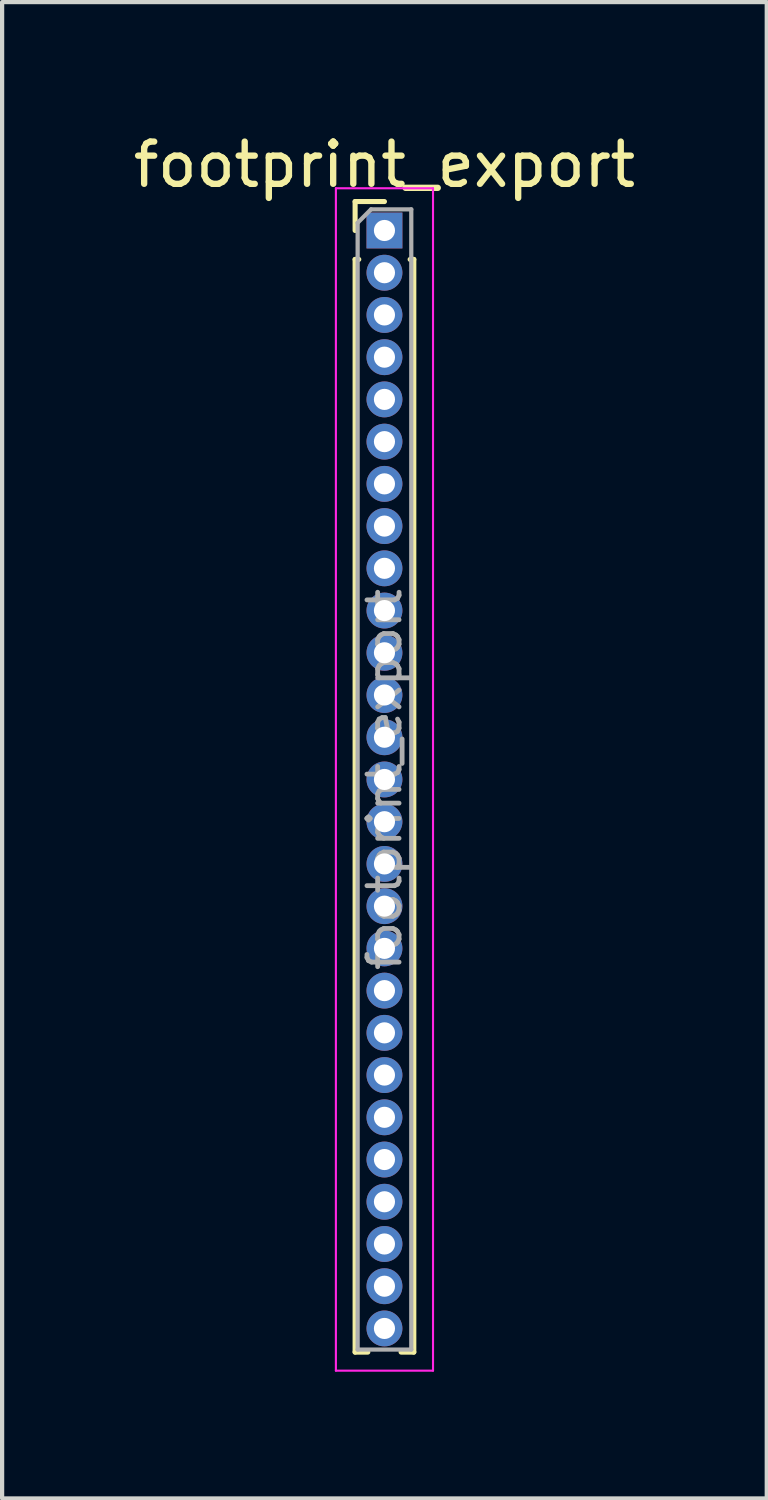
<source format=kicad_pcb>
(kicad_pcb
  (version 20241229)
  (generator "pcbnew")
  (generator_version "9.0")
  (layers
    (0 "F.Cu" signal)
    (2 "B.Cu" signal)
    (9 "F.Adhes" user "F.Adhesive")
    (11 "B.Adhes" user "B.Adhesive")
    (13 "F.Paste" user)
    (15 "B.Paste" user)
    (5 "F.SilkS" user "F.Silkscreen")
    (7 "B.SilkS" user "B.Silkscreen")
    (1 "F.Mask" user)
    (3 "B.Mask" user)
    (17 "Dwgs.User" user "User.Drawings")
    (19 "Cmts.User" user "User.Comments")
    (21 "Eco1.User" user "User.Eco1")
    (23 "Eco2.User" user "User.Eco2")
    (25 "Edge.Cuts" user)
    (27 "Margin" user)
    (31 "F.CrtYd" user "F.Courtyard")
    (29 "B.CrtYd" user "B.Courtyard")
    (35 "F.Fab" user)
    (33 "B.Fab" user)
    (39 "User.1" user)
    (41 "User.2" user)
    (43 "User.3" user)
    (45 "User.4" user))
  (footprint "footprint_export"
    (layer "F.Cu")
    (at 6.054 2.408)
    (property "Reference" "footprint_export" (at 0 -1.56 0) (layer "F.SilkS") (effects (font (size 1 1) (thickness 0.15))))
    (attr through_hole)
    (fp_line (start -0.695 -0.685) (end 0 -0.685) (stroke (width 0.12) (type solid)) (layer "F.SilkS"))
    (fp_line (start -0.695 0) (end -0.695 -0.685) (stroke (width 0.12) (type solid)) (layer "F.SilkS"))
    (fp_line (start -0.695 0.685) (end -0.695 26.56) (stroke (width 0.12) (type solid)) (layer "F.SilkS"))
    (fp_line (start -0.695 0.685) (end -0.608 0.685) (stroke (width 0.12) (type solid)) (layer "F.SilkS"))
    (fp_line (start -0.695 26.56) (end -0.394 26.56) (stroke (width 0.12) (type solid)) (layer "F.SilkS"))
    (fp_line (start 0.394 26.56) (end 0.695 26.56) (stroke (width 0.12) (type solid)) (layer "F.SilkS"))
    (fp_line (start 0.608 0.685) (end 0.695 0.685) (stroke (width 0.12) (type solid)) (layer "F.SilkS"))
    (fp_line (start 0.695 0.685) (end 0.695 26.56) (stroke (width 0.12) (type solid)) (layer "F.SilkS"))
    (fp_line (start -1.15 -1) (end -1.15 27) (stroke (width 0.05) (type solid)) (layer "F.CrtYd"))
    (fp_line (start -1.15 27) (end 1.15 27) (stroke (width 0.05) (type solid)) (layer "F.CrtYd"))
    (fp_line (start 1.15 -1) (end -1.15 -1) (stroke (width 0.05) (type solid)) (layer "F.CrtYd"))
    (fp_line (start 1.15 27) (end 1.15 -1) (stroke (width 0.05) (type solid)) (layer "F.CrtYd"))
    (fp_line (start -0.635 -0.182) (end -0.318 -0.5) (stroke (width 0.1) (type solid)) (layer "F.Fab"))
    (fp_line (start -0.635 26.5) (end -0.635 -0.182) (stroke (width 0.1) (type solid)) (layer "F.Fab"))
    (fp_line (start -0.318 -0.5) (end 0.635 -0.5) (stroke (width 0.1) (type solid)) (layer "F.Fab"))
    (fp_line (start 0.635 -0.5) (end 0.635 26.5) (stroke (width 0.1) (type solid)) (layer "F.Fab"))
    (fp_line (start 0.635 26.5) (end -0.635 26.5) (stroke (width 0.1) (type solid)) (layer "F.Fab"))
    (fp_text user "${REFERENCE}" (at 0 13 90) (layer "F.Fab") (effects (font (size 0.76 0.76) (thickness 0.114))))
    (pad "1" thru_hole rect (at 0 0) (size 0.85 0.85) (drill 0.5) (layers "*.Cu" "*.Mask"))
    (pad "2" thru_hole oval (at 0 1) (size 0.85 0.85) (drill 0.5) (layers "*.Cu" "*.Mask"))
    (pad "3" thru_hole oval (at 0 2) (size 0.85 0.85) (drill 0.5) (layers "*.Cu" "*.Mask"))
    (pad "4" thru_hole oval (at 0 3) (size 0.85 0.85) (drill 0.5) (layers "*.Cu" "*.Mask"))
    (pad "5" thru_hole oval (at 0 4) (size 0.85 0.85) (drill 0.5) (layers "*.Cu" "*.Mask"))
    (pad "6" thru_hole oval (at 0 5) (size 0.85 0.85) (drill 0.5) (layers "*.Cu" "*.Mask"))
    (pad "7" thru_hole oval (at 0 6) (size 0.85 0.85) (drill 0.5) (layers "*.Cu" "*.Mask"))
    (pad "8" thru_hole oval (at 0 7) (size 0.85 0.85) (drill 0.5) (layers "*.Cu" "*.Mask"))
    (pad "9" thru_hole oval (at 0 8) (size 0.85 0.85) (drill 0.5) (layers "*.Cu" "*.Mask"))
    (pad "10" thru_hole oval (at 0 9) (size 0.85 0.85) (drill 0.5) (layers "*.Cu" "*.Mask"))
    (pad "11" thru_hole oval (at 0 10) (size 0.85 0.85) (drill 0.5) (layers "*.Cu" "*.Mask"))
    (pad "12" thru_hole oval (at 0 11) (size 0.85 0.85) (drill 0.5) (layers "*.Cu" "*.Mask"))
    (pad "13" thru_hole oval (at 0 12) (size 0.85 0.85) (drill 0.5) (layers "*.Cu" "*.Mask"))
    (pad "14" thru_hole oval (at 0 13) (size 0.85 0.85) (drill 0.5) (layers "*.Cu" "*.Mask"))
    (pad "15" thru_hole oval (at 0 14) (size 0.85 0.85) (drill 0.5) (layers "*.Cu" "*.Mask"))
    (pad "16" thru_hole oval (at 0 15) (size 0.85 0.85) (drill 0.5) (layers "*.Cu" "*.Mask"))
    (pad "17" thru_hole oval (at 0 16) (size 0.85 0.85) (drill 0.5) (layers "*.Cu" "*.Mask"))
    (pad "18" thru_hole oval (at 0 17) (size 0.85 0.85) (drill 0.5) (layers "*.Cu" "*.Mask"))
    (pad "19" thru_hole oval (at 0 18) (size 0.85 0.85) (drill 0.5) (layers "*.Cu" "*.Mask"))
    (pad "20" thru_hole oval (at 0 19) (size 0.85 0.85) (drill 0.5) (layers "*.Cu" "*.Mask"))
    (pad "21" thru_hole oval (at 0 20) (size 0.85 0.85) (drill 0.5) (layers "*.Cu" "*.Mask"))
    (pad "22" thru_hole oval (at 0 21) (size 0.85 0.85) (drill 0.5) (layers "*.Cu" "*.Mask"))
    (pad "23" thru_hole oval (at 0 22) (size 0.85 0.85) (drill 0.5) (layers "*.Cu" "*.Mask"))
    (pad "24" thru_hole oval (at 0 23) (size 0.85 0.85) (drill 0.5) (layers "*.Cu" "*.Mask"))
    (pad "25" thru_hole oval (at 0 24) (size 0.85 0.85) (drill 0.5) (layers "*.Cu" "*.Mask"))
    (pad "26" thru_hole oval (at 0 25) (size 0.85 0.85) (drill 0.5) (layers "*.Cu" "*.Mask"))
    (pad "27" thru_hole oval (at 0 26) (size 0.85 0.85) (drill 0.5) (layers "*.Cu" "*.Mask")))
  (gr_rect
    (start -3 -3)
    (end 15.107 32.433)
    (stroke (width 0.1) (type default))
    (fill no)
    (layer "Edge.Cuts")))
</source>
